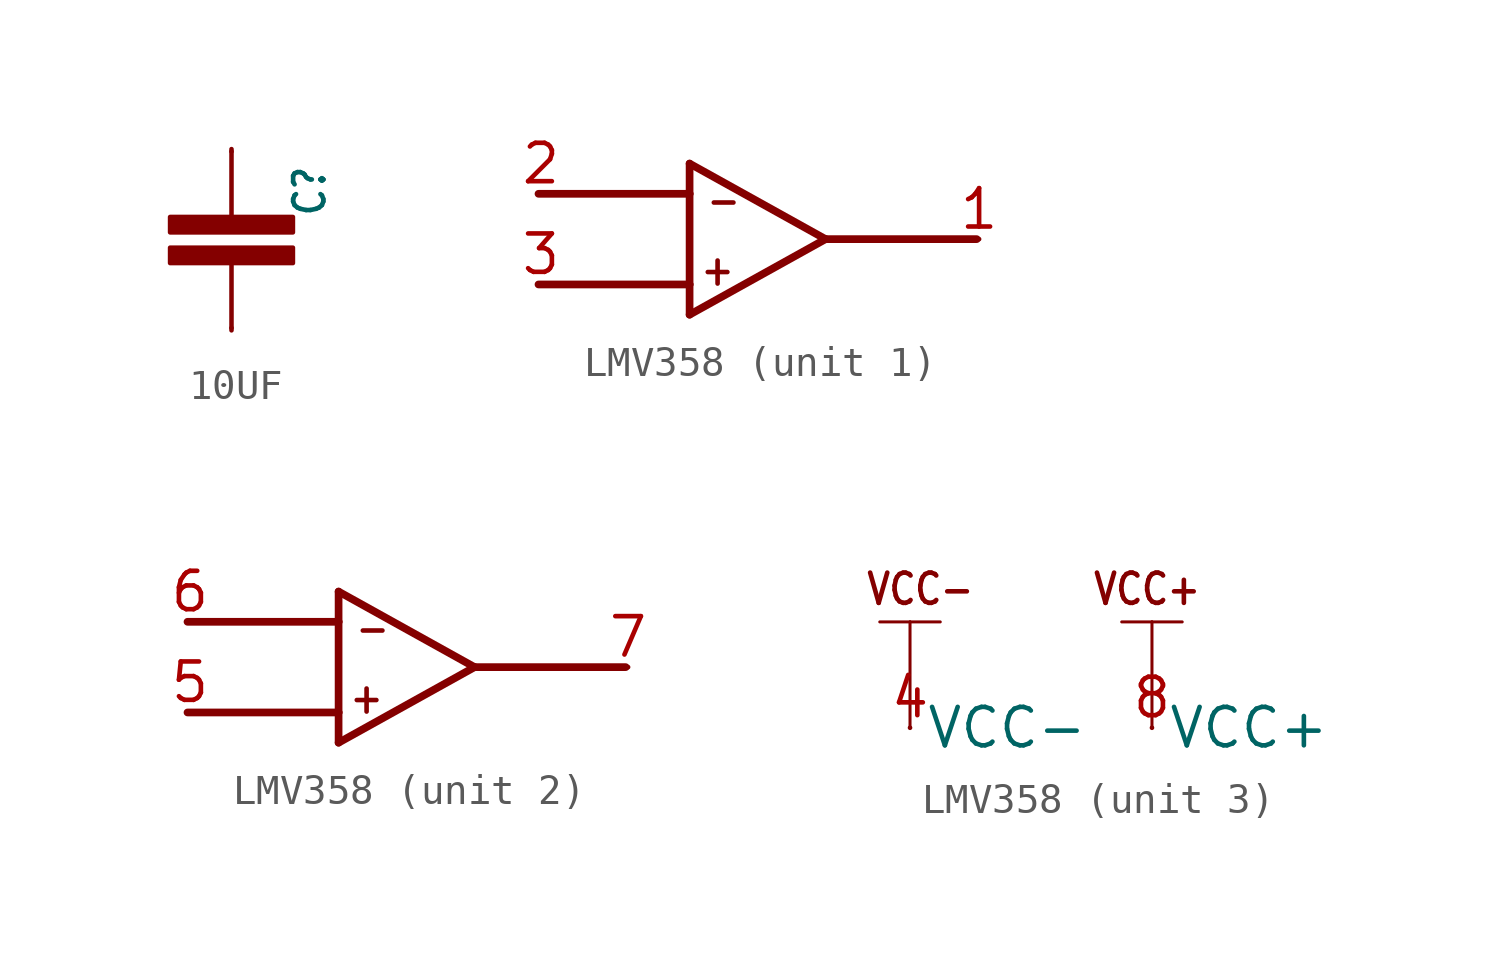
<source format=kicad_sym>
(kicad_symbol_lib
  (version 20231120)
  (generator "kicad_symbol_editor")
  (generator_version "8.0")
  (symbol "10UF"
    (property "Reference" "C"
      (at 2 -0.5 90)
      (effects (font (size 1 0.85)) (justify right top)))
    (property "Value" ""
      (at -3 -0.5 90)
      (effects (font (size 1 0.85)) (justify right top)))
    (property "ki_locked" ""
      (at 0 0 0)
      (effects (font (size 1.27 1.27))))
    (symbol "10UF_1_0"
      (rectangle (start -2.032 -3.772) (end 2.032 -3.264) (stroke (width 0) (type default)) (fill (type outline)))
      (rectangle (start -2.032 -2.756) (end 2.032 -2.248) (stroke (width 0) (type default)) (fill (type outline)))
      (polyline (pts (xy 0 -3.5) (xy 0 -6)) (stroke (width 0.15) (type solid)) (fill (type none)))
      (polyline (pts (xy 0 -2.5) (xy 0 0)) (stroke (width 0.15) (type solid)) (fill (type none)))
      (pin bidirectional line (at 0 -5.92 90) (length 0) (name "2" (effects (font (size 0 0)))) (number "1" (effects (font (size 0 0)))))
      (pin bidirectional line (at 0 -0.08 270) (length 0) (name "1" (effects (font (size 0 0)))) (number "2" (effects (font (size 0 0)))))))
  (symbol "LMV358"
    (property "Reference" ""
      (at 5 1.5 0)
      (effects (font (size 1 0.85)) (justify left bottom) (hide yes)))
    (property "ki_locked" ""
      (at 0 0 0)
      (effects (font (size 1.27 1.27))))
    (symbol "LMV358_1_0"
      (polyline (pts (xy 5 -4) (xy 9.5 -1.5)) (stroke (width 0.254) (type solid)) (fill (type none)))
      (polyline (pts (xy 5 -3) (xy 0 -3)) (stroke (width 0.254) (type solid)) (fill (type none)))
      (polyline (pts (xy 5 -3) (xy 5 -4)) (stroke (width 0.254) (type solid)) (fill (type none)))
      (polyline (pts (xy 5 0) (xy 0 0)) (stroke (width 0.254) (type solid)) (fill (type none)))
      (polyline (pts (xy 5 0) (xy 5 -3)) (stroke (width 0.254) (type solid)) (fill (type none)))
      (polyline (pts (xy 5 1) (xy 5 0)) (stroke (width 0.254) (type solid)) (fill (type none)))
      (polyline (pts (xy 9.5 -1.5) (xy 5 1)) (stroke (width 0.254) (type solid)) (fill (type none)))
      (polyline (pts (xy 9.5 -1.5) (xy 14.5 -1.5)) (stroke (width 0.254) (type solid)) (fill (type none)))
      (text "+" (at 5.3 -3.1 0) (effects (font (size 1 0.85)) (justify left bottom)))
      (text "-" (at 5.5 -0.8 0) (effects (font (size 1 0.85)) (justify left bottom)))
      (pin bidirectional line (at 14.58 -1.5 0) (length 0) (name "OUT" (effects (font (size 0 0)))) (number "1" (effects (font (size 1.27 1.27)))))
      (pin bidirectional line (at 0.08 0 0) (length 0) (name "IN-" (effects (font (size 0 0)))) (number "2" (effects (font (size 1.27 1.27)))))
      (pin bidirectional line (at 0.08 -3 0) (length 0) (name "IN+" (effects (font (size 0 0)))) (number "3" (effects (font (size 1.27 1.27))))))
    (symbol "LMV358_2_0"
      (polyline (pts (xy 5 -4) (xy 9.5 -1.5)) (stroke (width 0.254) (type solid)) (fill (type none)))
      (polyline (pts (xy 5 -3) (xy 0 -3)) (stroke (width 0.254) (type solid)) (fill (type none)))
      (polyline (pts (xy 5 -3) (xy 5 -4)) (stroke (width 0.254) (type solid)) (fill (type none)))
      (polyline (pts (xy 5 0) (xy 0 0)) (stroke (width 0.254) (type solid)) (fill (type none)))
      (polyline (pts (xy 5 0) (xy 5 -3)) (stroke (width 0.254) (type solid)) (fill (type none)))
      (polyline (pts (xy 5 1) (xy 5 0)) (stroke (width 0.254) (type solid)) (fill (type none)))
      (polyline (pts (xy 9.5 -1.5) (xy 5 1)) (stroke (width 0.254) (type solid)) (fill (type none)))
      (polyline (pts (xy 9.5 -1.5) (xy 14.5 -1.5)) (stroke (width 0.254) (type solid)) (fill (type none)))
      (text "+" (at 5.3 -3.1 0) (effects (font (size 1 0.85)) (justify left bottom)))
      (text "-" (at 5.5 -0.8 0) (effects (font (size 1 0.85)) (justify left bottom)))
      (pin bidirectional line (at 0.08 -3 0) (length 0) (name "IN+" (effects (font (size 0 0)))) (number "5" (effects (font (size 1.27 1.27)))))
      (pin bidirectional line (at 0.08 0 0) (length 0) (name "IN-" (effects (font (size 0 0)))) (number "6" (effects (font (size 1.27 1.27)))))
      (pin bidirectional line (at 14.58 -1.5 0) (length 0) (name "OUT" (effects (font (size 0 0)))) (number "7" (effects (font (size 1.27 1.27))))))
    (symbol "LMV358_3_0"
      (polyline (pts (xy 0 0) (xy 0 3.5)) (stroke (width 0.1) (type solid)) (fill (type none)))
      (polyline (pts (xy 0 3.5) (xy -1 3.5)) (stroke (width 0.1) (type solid)) (fill (type none)))
      (polyline (pts (xy 0 3.5) (xy 1 3.5)) (stroke (width 0.1) (type solid)) (fill (type none)))
      (polyline (pts (xy 7 3.5) (xy 8 3.5)) (stroke (width 0.1) (type solid)) (fill (type none)))
      (polyline (pts (xy 8 0) (xy 8 3.5)) (stroke (width 0.1) (type solid)) (fill (type none)))
      (polyline (pts (xy 8 3.5) (xy 9 3.5)) (stroke (width 0.1) (type solid)) (fill (type none)))
      (text "VCC+" (at 6 4 0) (effects (font (size 1 0.85)) (justify left bottom)))
      (text "VCC-" (at -1.5 4 0) (effects (font (size 1 0.85)) (justify left bottom)))
      (pin bidirectional line (at 0 0 0) (length 0) (name "VCC-" (effects (font (size 1.27 1.27)))) (number "4" (effects (font (size 1.27 1.27)))))
      (pin bidirectional line (at 8 0 0) (length 0) (name "VCC+" (effects (font (size 1.27 1.27)))) (number "8" (effects (font (size 1.27 1.27))))))))
</source>
